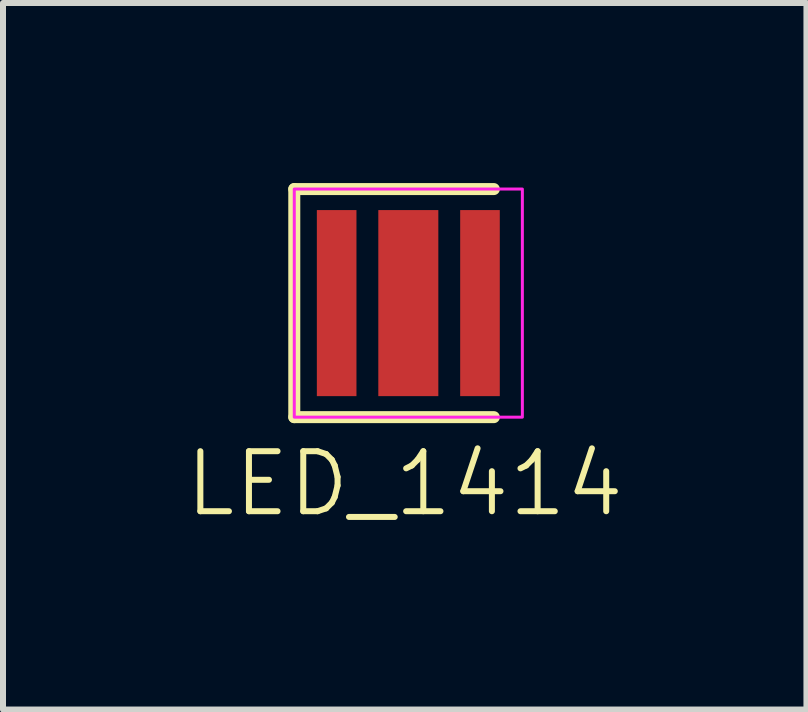
<source format=kicad_pcb>
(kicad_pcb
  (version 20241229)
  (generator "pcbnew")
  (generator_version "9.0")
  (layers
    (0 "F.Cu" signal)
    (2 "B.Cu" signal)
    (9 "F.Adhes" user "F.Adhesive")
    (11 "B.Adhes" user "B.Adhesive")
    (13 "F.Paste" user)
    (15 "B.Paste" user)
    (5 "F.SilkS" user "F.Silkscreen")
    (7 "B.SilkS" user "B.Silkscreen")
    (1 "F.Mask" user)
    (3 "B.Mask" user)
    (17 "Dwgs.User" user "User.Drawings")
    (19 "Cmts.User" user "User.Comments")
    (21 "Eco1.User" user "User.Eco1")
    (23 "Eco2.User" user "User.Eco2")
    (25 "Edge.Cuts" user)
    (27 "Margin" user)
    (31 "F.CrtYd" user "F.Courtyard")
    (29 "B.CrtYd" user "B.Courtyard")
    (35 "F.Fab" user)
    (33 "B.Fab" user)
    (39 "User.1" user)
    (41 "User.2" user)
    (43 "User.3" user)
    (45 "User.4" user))
  (footprint "LED_1414"
    (layer "F.Cu")
    (at 3.753 2)
    (property "Reference" "LED_1414" (at -0.06 3.01 0) (unlocked yes) (layer "F.SilkS") (effects (font (size 1 1) (thickness 0.1))))
    (attr smd)
    (fp_line (start -1.9 -1.9) (end -1.9 1.9) (stroke (width 0.2) (type default)) (layer "F.SilkS"))
    (fp_line (start -1.9 -1.9) (end 1.425 -1.9) (stroke (width 0.2) (type default)) (layer "F.SilkS"))
    (fp_line (start -1.9 1.9) (end 1.425 1.9) (stroke (width 0.2) (type default)) (layer "F.SilkS"))
    (fp_rect (start -1.9 -1.9) (end 1.9 1.9) (stroke (width 0.05) (type default)) (fill no) (layer "F.CrtYd"))
    (pad "1" smd rect (at -1.194 0) (size 0.66 3.1) (layers "F.Cu" "F.Mask" "F.Paste"))
    (pad "2" smd rect (at 1.194 0) (size 0.66 3.1) (layers "F.Cu" "F.Mask" "F.Paste"))
    (pad "3" smd rect (at 0 0) (size 1 3.1) (layers "F.Cu" "F.Mask" "F.Paste")))
  (gr_rect
    (start -3 -3)
    (end 10.386 8.771)
    (stroke (width 0.1) (type default))
    (fill no)
    (layer "Edge.Cuts")))
</source>
